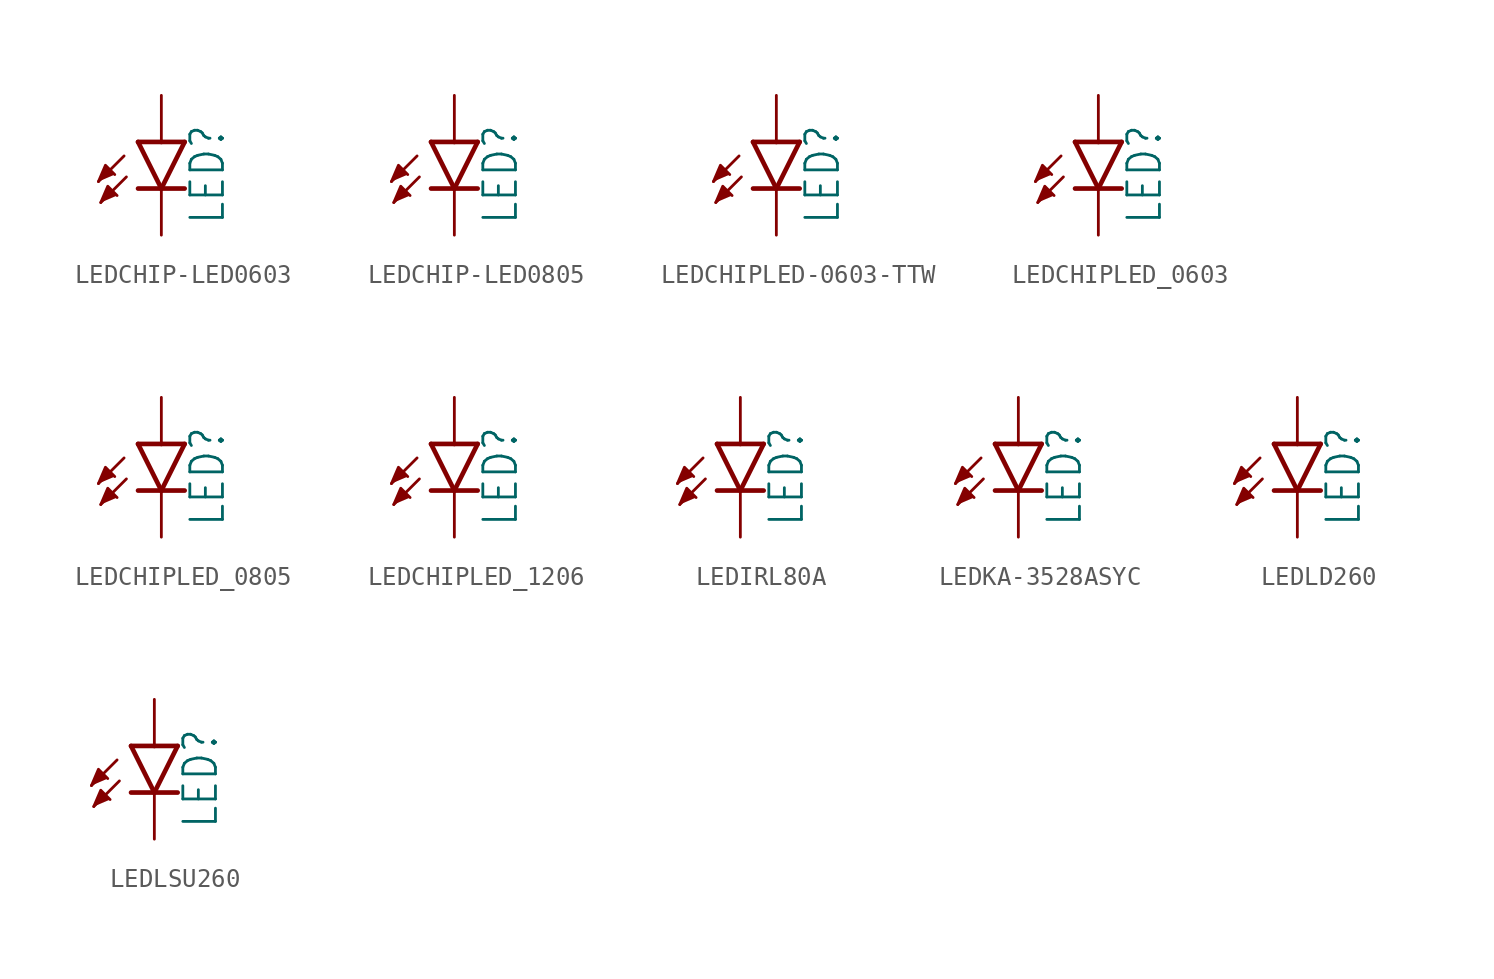
<source format=kicad_sym>
(kicad_symbol_lib
  (version 20241209)
  (generator "kicad_symbol_editor")
  (generator_version "9.0")
  (symbol "LEDCHIP-LED0603"
    (property "Reference" "LED"
      (at 3.556 -4.572 90)
      (effects (font (size 1.778 1.511)) (justify left bottom)))
    (property "Value" ""
      (at 5.715 -4.572 90)
      (effects (font (size 1.778 1.511)) (justify left bottom)))
    (property "ki_locked" ""
      (at 0 0 0)
      (effects (font (size 1.27 1.27))))
    (symbol "LEDCHIP-LED0603_1_0"
      (polyline (pts (xy -3.429 -2.159) (xy -3.048 -1.27) (xy -2.54 -1.778)) (stroke (width 0.152) (type solid)) (fill (type outline)))
      (polyline (pts (xy -3.302 -3.302) (xy -2.921 -2.413) (xy -2.413 -2.921)) (stroke (width 0.152) (type solid)) (fill (type outline)))
      (polyline (pts (xy -2.032 -0.762) (xy -3.429 -2.159)) (stroke (width 0.152) (type solid)) (fill (type none)))
      (polyline (pts (xy -1.905 -1.905) (xy -3.302 -3.302)) (stroke (width 0.152) (type solid)) (fill (type none)))
      (polyline (pts (xy 0 0) (xy -1.27 0)) (stroke (width 0.254) (type solid)) (fill (type none)))
      (polyline (pts (xy 0 -2.54) (xy -1.27 0)) (stroke (width 0.254) (type solid)) (fill (type none)))
      (polyline (pts (xy 0 -2.54) (xy -1.27 -2.54)) (stroke (width 0.254) (type solid)) (fill (type none)))
      (polyline (pts (xy 1.27 0) (xy 0 0)) (stroke (width 0.254) (type solid)) (fill (type none)))
      (polyline (pts (xy 1.27 0) (xy 0 -2.54)) (stroke (width 0.254) (type solid)) (fill (type none)))
      (polyline (pts (xy 1.27 -2.54) (xy 0 -2.54)) (stroke (width 0.254) (type solid)) (fill (type none)))
      (pin passive line (at 0 2.54 270) (length 2.54) (name "A" (effects (font (size 0 0)))) (number "A" (effects (font (size 0 0)))))
      (pin passive line (at 0 -5.08 90) (length 2.54) (name "C" (effects (font (size 0 0)))) (number "C" (effects (font (size 0 0)))))))
  (symbol "LEDCHIP-LED0805"
    (property "Reference" "LED"
      (at 3.556 -4.572 90)
      (effects (font (size 1.778 1.511)) (justify left bottom)))
    (property "Value" ""
      (at 5.715 -4.572 90)
      (effects (font (size 1.778 1.511)) (justify left bottom)))
    (property "ki_locked" ""
      (at 0 0 0)
      (effects (font (size 1.27 1.27))))
    (symbol "LEDCHIP-LED0805_1_0"
      (polyline (pts (xy -3.429 -2.159) (xy -3.048 -1.27) (xy -2.54 -1.778)) (stroke (width 0.152) (type solid)) (fill (type outline)))
      (polyline (pts (xy -3.302 -3.302) (xy -2.921 -2.413) (xy -2.413 -2.921)) (stroke (width 0.152) (type solid)) (fill (type outline)))
      (polyline (pts (xy -2.032 -0.762) (xy -3.429 -2.159)) (stroke (width 0.152) (type solid)) (fill (type none)))
      (polyline (pts (xy -1.905 -1.905) (xy -3.302 -3.302)) (stroke (width 0.152) (type solid)) (fill (type none)))
      (polyline (pts (xy 0 0) (xy -1.27 0)) (stroke (width 0.254) (type solid)) (fill (type none)))
      (polyline (pts (xy 0 -2.54) (xy -1.27 0)) (stroke (width 0.254) (type solid)) (fill (type none)))
      (polyline (pts (xy 0 -2.54) (xy -1.27 -2.54)) (stroke (width 0.254) (type solid)) (fill (type none)))
      (polyline (pts (xy 1.27 0) (xy 0 0)) (stroke (width 0.254) (type solid)) (fill (type none)))
      (polyline (pts (xy 1.27 0) (xy 0 -2.54)) (stroke (width 0.254) (type solid)) (fill (type none)))
      (polyline (pts (xy 1.27 -2.54) (xy 0 -2.54)) (stroke (width 0.254) (type solid)) (fill (type none)))
      (pin passive line (at 0 2.54 270) (length 2.54) (name "A" (effects (font (size 0 0)))) (number "A" (effects (font (size 0 0)))))
      (pin passive line (at 0 -5.08 90) (length 2.54) (name "C" (effects (font (size 0 0)))) (number "C" (effects (font (size 0 0)))))))
  (symbol "LEDCHIPLED-0603-TTW"
    (property "Reference" "LED"
      (at 3.556 -4.572 90)
      (effects (font (size 1.778 1.511)) (justify left bottom)))
    (property "Value" ""
      (at 5.715 -4.572 90)
      (effects (font (size 1.778 1.511)) (justify left bottom)))
    (property "ki_locked" ""
      (at 0 0 0)
      (effects (font (size 1.27 1.27))))
    (symbol "LEDCHIPLED-0603-TTW_1_0"
      (polyline (pts (xy -3.429 -2.159) (xy -3.048 -1.27) (xy -2.54 -1.778)) (stroke (width 0.152) (type solid)) (fill (type outline)))
      (polyline (pts (xy -3.302 -3.302) (xy -2.921 -2.413) (xy -2.413 -2.921)) (stroke (width 0.152) (type solid)) (fill (type outline)))
      (polyline (pts (xy -2.032 -0.762) (xy -3.429 -2.159)) (stroke (width 0.152) (type solid)) (fill (type none)))
      (polyline (pts (xy -1.905 -1.905) (xy -3.302 -3.302)) (stroke (width 0.152) (type solid)) (fill (type none)))
      (polyline (pts (xy 0 0) (xy -1.27 0)) (stroke (width 0.254) (type solid)) (fill (type none)))
      (polyline (pts (xy 0 -2.54) (xy -1.27 0)) (stroke (width 0.254) (type solid)) (fill (type none)))
      (polyline (pts (xy 0 -2.54) (xy -1.27 -2.54)) (stroke (width 0.254) (type solid)) (fill (type none)))
      (polyline (pts (xy 1.27 0) (xy 0 0)) (stroke (width 0.254) (type solid)) (fill (type none)))
      (polyline (pts (xy 1.27 0) (xy 0 -2.54)) (stroke (width 0.254) (type solid)) (fill (type none)))
      (polyline (pts (xy 1.27 -2.54) (xy 0 -2.54)) (stroke (width 0.254) (type solid)) (fill (type none)))
      (pin passive line (at 0 2.54 270) (length 2.54) (name "A" (effects (font (size 0 0)))) (number "A@1" (effects (font (size 0 0)))))
      (pin passive line (at 0 -5.08 90) (length 2.54) (name "C" (effects (font (size 0 0)))) (number "C@1" (effects (font (size 0 0)))))))
  (symbol "LEDCHIPLED_0603"
    (property "Reference" "LED"
      (at 3.556 -4.572 90)
      (effects (font (size 1.778 1.511)) (justify left bottom)))
    (property "Value" ""
      (at 5.715 -4.572 90)
      (effects (font (size 1.778 1.511)) (justify left bottom)))
    (property "ki_locked" ""
      (at 0 0 0)
      (effects (font (size 1.27 1.27))))
    (symbol "LEDCHIPLED_0603_1_0"
      (polyline (pts (xy -3.429 -2.159) (xy -3.048 -1.27) (xy -2.54 -1.778)) (stroke (width 0.152) (type solid)) (fill (type outline)))
      (polyline (pts (xy -3.302 -3.302) (xy -2.921 -2.413) (xy -2.413 -2.921)) (stroke (width 0.152) (type solid)) (fill (type outline)))
      (polyline (pts (xy -2.032 -0.762) (xy -3.429 -2.159)) (stroke (width 0.152) (type solid)) (fill (type none)))
      (polyline (pts (xy -1.905 -1.905) (xy -3.302 -3.302)) (stroke (width 0.152) (type solid)) (fill (type none)))
      (polyline (pts (xy 0 0) (xy -1.27 0)) (stroke (width 0.254) (type solid)) (fill (type none)))
      (polyline (pts (xy 0 -2.54) (xy -1.27 0)) (stroke (width 0.254) (type solid)) (fill (type none)))
      (polyline (pts (xy 0 -2.54) (xy -1.27 -2.54)) (stroke (width 0.254) (type solid)) (fill (type none)))
      (polyline (pts (xy 1.27 0) (xy 0 0)) (stroke (width 0.254) (type solid)) (fill (type none)))
      (polyline (pts (xy 1.27 0) (xy 0 -2.54)) (stroke (width 0.254) (type solid)) (fill (type none)))
      (polyline (pts (xy 1.27 -2.54) (xy 0 -2.54)) (stroke (width 0.254) (type solid)) (fill (type none)))
      (pin passive line (at 0 2.54 270) (length 2.54) (name "A" (effects (font (size 0 0)))) (number "A" (effects (font (size 0 0)))))
      (pin passive line (at 0 -5.08 90) (length 2.54) (name "C" (effects (font (size 0 0)))) (number "C" (effects (font (size 0 0)))))))
  (symbol "LEDCHIPLED_0805"
    (property "Reference" "LED"
      (at 3.556 -4.572 90)
      (effects (font (size 1.778 1.511)) (justify left bottom)))
    (property "Value" ""
      (at 5.715 -4.572 90)
      (effects (font (size 1.778 1.511)) (justify left bottom)))
    (property "ki_locked" ""
      (at 0 0 0)
      (effects (font (size 1.27 1.27))))
    (symbol "LEDCHIPLED_0805_1_0"
      (polyline (pts (xy -3.429 -2.159) (xy -3.048 -1.27) (xy -2.54 -1.778)) (stroke (width 0.152) (type solid)) (fill (type outline)))
      (polyline (pts (xy -3.302 -3.302) (xy -2.921 -2.413) (xy -2.413 -2.921)) (stroke (width 0.152) (type solid)) (fill (type outline)))
      (polyline (pts (xy -2.032 -0.762) (xy -3.429 -2.159)) (stroke (width 0.152) (type solid)) (fill (type none)))
      (polyline (pts (xy -1.905 -1.905) (xy -3.302 -3.302)) (stroke (width 0.152) (type solid)) (fill (type none)))
      (polyline (pts (xy 0 0) (xy -1.27 0)) (stroke (width 0.254) (type solid)) (fill (type none)))
      (polyline (pts (xy 0 -2.54) (xy -1.27 0)) (stroke (width 0.254) (type solid)) (fill (type none)))
      (polyline (pts (xy 0 -2.54) (xy -1.27 -2.54)) (stroke (width 0.254) (type solid)) (fill (type none)))
      (polyline (pts (xy 1.27 0) (xy 0 0)) (stroke (width 0.254) (type solid)) (fill (type none)))
      (polyline (pts (xy 1.27 0) (xy 0 -2.54)) (stroke (width 0.254) (type solid)) (fill (type none)))
      (polyline (pts (xy 1.27 -2.54) (xy 0 -2.54)) (stroke (width 0.254) (type solid)) (fill (type none)))
      (pin passive line (at 0 2.54 270) (length 2.54) (name "A" (effects (font (size 0 0)))) (number "A" (effects (font (size 0 0)))))
      (pin passive line (at 0 -5.08 90) (length 2.54) (name "C" (effects (font (size 0 0)))) (number "C" (effects (font (size 0 0)))))))
  (symbol "LEDCHIPLED_1206"
    (property "Reference" "LED"
      (at 3.556 -4.572 90)
      (effects (font (size 1.778 1.511)) (justify left bottom)))
    (property "Value" ""
      (at 5.715 -4.572 90)
      (effects (font (size 1.778 1.511)) (justify left bottom)))
    (property "ki_locked" ""
      (at 0 0 0)
      (effects (font (size 1.27 1.27))))
    (symbol "LEDCHIPLED_1206_1_0"
      (polyline (pts (xy -3.429 -2.159) (xy -3.048 -1.27) (xy -2.54 -1.778)) (stroke (width 0.152) (type solid)) (fill (type outline)))
      (polyline (pts (xy -3.302 -3.302) (xy -2.921 -2.413) (xy -2.413 -2.921)) (stroke (width 0.152) (type solid)) (fill (type outline)))
      (polyline (pts (xy -2.032 -0.762) (xy -3.429 -2.159)) (stroke (width 0.152) (type solid)) (fill (type none)))
      (polyline (pts (xy -1.905 -1.905) (xy -3.302 -3.302)) (stroke (width 0.152) (type solid)) (fill (type none)))
      (polyline (pts (xy 0 0) (xy -1.27 0)) (stroke (width 0.254) (type solid)) (fill (type none)))
      (polyline (pts (xy 0 -2.54) (xy -1.27 0)) (stroke (width 0.254) (type solid)) (fill (type none)))
      (polyline (pts (xy 0 -2.54) (xy -1.27 -2.54)) (stroke (width 0.254) (type solid)) (fill (type none)))
      (polyline (pts (xy 1.27 0) (xy 0 0)) (stroke (width 0.254) (type solid)) (fill (type none)))
      (polyline (pts (xy 1.27 0) (xy 0 -2.54)) (stroke (width 0.254) (type solid)) (fill (type none)))
      (polyline (pts (xy 1.27 -2.54) (xy 0 -2.54)) (stroke (width 0.254) (type solid)) (fill (type none)))
      (pin passive line (at 0 2.54 270) (length 2.54) (name "A" (effects (font (size 0 0)))) (number "A" (effects (font (size 0 0)))))
      (pin passive line (at 0 -5.08 90) (length 2.54) (name "C" (effects (font (size 0 0)))) (number "C" (effects (font (size 0 0)))))))
  (symbol "LEDIRL80A"
    (property "Reference" "LED"
      (at 3.556 -4.572 90)
      (effects (font (size 1.778 1.511)) (justify left bottom)))
    (property "Value" ""
      (at 5.715 -4.572 90)
      (effects (font (size 1.778 1.511)) (justify left bottom)))
    (property "ki_locked" ""
      (at 0 0 0)
      (effects (font (size 1.27 1.27))))
    (symbol "LEDIRL80A_1_0"
      (polyline (pts (xy -3.429 -2.159) (xy -3.048 -1.27) (xy -2.54 -1.778)) (stroke (width 0.152) (type solid)) (fill (type outline)))
      (polyline (pts (xy -3.302 -3.302) (xy -2.921 -2.413) (xy -2.413 -2.921)) (stroke (width 0.152) (type solid)) (fill (type outline)))
      (polyline (pts (xy -2.032 -0.762) (xy -3.429 -2.159)) (stroke (width 0.152) (type solid)) (fill (type none)))
      (polyline (pts (xy -1.905 -1.905) (xy -3.302 -3.302)) (stroke (width 0.152) (type solid)) (fill (type none)))
      (polyline (pts (xy 0 0) (xy -1.27 0)) (stroke (width 0.254) (type solid)) (fill (type none)))
      (polyline (pts (xy 0 -2.54) (xy -1.27 0)) (stroke (width 0.254) (type solid)) (fill (type none)))
      (polyline (pts (xy 0 -2.54) (xy -1.27 -2.54)) (stroke (width 0.254) (type solid)) (fill (type none)))
      (polyline (pts (xy 1.27 0) (xy 0 0)) (stroke (width 0.254) (type solid)) (fill (type none)))
      (polyline (pts (xy 1.27 0) (xy 0 -2.54)) (stroke (width 0.254) (type solid)) (fill (type none)))
      (polyline (pts (xy 1.27 -2.54) (xy 0 -2.54)) (stroke (width 0.254) (type solid)) (fill (type none)))
      (pin passive line (at 0 2.54 270) (length 2.54) (name "A" (effects (font (size 0 0)))) (number "A" (effects (font (size 0 0)))))
      (pin passive line (at 0 -5.08 90) (length 2.54) (name "C" (effects (font (size 0 0)))) (number "K" (effects (font (size 0 0)))))))
  (symbol "LEDKA-3528ASYC"
    (property "Reference" "LED"
      (at 3.556 -4.572 90)
      (effects (font (size 1.778 1.511)) (justify left bottom)))
    (property "Value" ""
      (at 5.715 -4.572 90)
      (effects (font (size 1.778 1.511)) (justify left bottom)))
    (property "ki_locked" ""
      (at 0 0 0)
      (effects (font (size 1.27 1.27))))
    (symbol "LEDKA-3528ASYC_1_0"
      (polyline (pts (xy -3.429 -2.159) (xy -3.048 -1.27) (xy -2.54 -1.778)) (stroke (width 0.152) (type solid)) (fill (type outline)))
      (polyline (pts (xy -3.302 -3.302) (xy -2.921 -2.413) (xy -2.413 -2.921)) (stroke (width 0.152) (type solid)) (fill (type outline)))
      (polyline (pts (xy -2.032 -0.762) (xy -3.429 -2.159)) (stroke (width 0.152) (type solid)) (fill (type none)))
      (polyline (pts (xy -1.905 -1.905) (xy -3.302 -3.302)) (stroke (width 0.152) (type solid)) (fill (type none)))
      (polyline (pts (xy 0 0) (xy -1.27 0)) (stroke (width 0.254) (type solid)) (fill (type none)))
      (polyline (pts (xy 0 -2.54) (xy -1.27 0)) (stroke (width 0.254) (type solid)) (fill (type none)))
      (polyline (pts (xy 0 -2.54) (xy -1.27 -2.54)) (stroke (width 0.254) (type solid)) (fill (type none)))
      (polyline (pts (xy 1.27 0) (xy 0 0)) (stroke (width 0.254) (type solid)) (fill (type none)))
      (polyline (pts (xy 1.27 0) (xy 0 -2.54)) (stroke (width 0.254) (type solid)) (fill (type none)))
      (polyline (pts (xy 1.27 -2.54) (xy 0 -2.54)) (stroke (width 0.254) (type solid)) (fill (type none)))
      (pin passive line (at 0 2.54 270) (length 2.54) (name "A" (effects (font (size 0 0)))) (number "A" (effects (font (size 0 0)))))
      (pin passive line (at 0 -5.08 90) (length 2.54) (name "C" (effects (font (size 0 0)))) (number "C" (effects (font (size 0 0)))))))
  (symbol "LEDLD260"
    (property "Reference" "LED"
      (at 3.556 -4.572 90)
      (effects (font (size 1.778 1.511)) (justify left bottom)))
    (property "Value" ""
      (at 5.715 -4.572 90)
      (effects (font (size 1.778 1.511)) (justify left bottom)))
    (property "ki_locked" ""
      (at 0 0 0)
      (effects (font (size 1.27 1.27))))
    (symbol "LEDLD260_1_0"
      (polyline (pts (xy -3.429 -2.159) (xy -3.048 -1.27) (xy -2.54 -1.778)) (stroke (width 0.152) (type solid)) (fill (type outline)))
      (polyline (pts (xy -3.302 -3.302) (xy -2.921 -2.413) (xy -2.413 -2.921)) (stroke (width 0.152) (type solid)) (fill (type outline)))
      (polyline (pts (xy -2.032 -0.762) (xy -3.429 -2.159)) (stroke (width 0.152) (type solid)) (fill (type none)))
      (polyline (pts (xy -1.905 -1.905) (xy -3.302 -3.302)) (stroke (width 0.152) (type solid)) (fill (type none)))
      (polyline (pts (xy 0 0) (xy -1.27 0)) (stroke (width 0.254) (type solid)) (fill (type none)))
      (polyline (pts (xy 0 -2.54) (xy -1.27 0)) (stroke (width 0.254) (type solid)) (fill (type none)))
      (polyline (pts (xy 0 -2.54) (xy -1.27 -2.54)) (stroke (width 0.254) (type solid)) (fill (type none)))
      (polyline (pts (xy 1.27 0) (xy 0 0)) (stroke (width 0.254) (type solid)) (fill (type none)))
      (polyline (pts (xy 1.27 0) (xy 0 -2.54)) (stroke (width 0.254) (type solid)) (fill (type none)))
      (polyline (pts (xy 1.27 -2.54) (xy 0 -2.54)) (stroke (width 0.254) (type solid)) (fill (type none)))
      (pin passive line (at 0 2.54 270) (length 2.54) (name "A" (effects (font (size 0 0)))) (number "A" (effects (font (size 0 0)))))
      (pin passive line (at 0 -5.08 90) (length 2.54) (name "C" (effects (font (size 0 0)))) (number "K" (effects (font (size 0 0)))))))
  (symbol "LEDLSU260"
    (property "Reference" "LED"
      (at 3.556 -4.572 90)
      (effects (font (size 1.778 1.511)) (justify left bottom)))
    (property "Value" ""
      (at 5.715 -4.572 90)
      (effects (font (size 1.778 1.511)) (justify left bottom)))
    (property "ki_locked" ""
      (at 0 0 0)
      (effects (font (size 1.27 1.27))))
    (symbol "LEDLSU260_1_0"
      (polyline (pts (xy -3.429 -2.159) (xy -3.048 -1.27) (xy -2.54 -1.778)) (stroke (width 0.152) (type solid)) (fill (type outline)))
      (polyline (pts (xy -3.302 -3.302) (xy -2.921 -2.413) (xy -2.413 -2.921)) (stroke (width 0.152) (type solid)) (fill (type outline)))
      (polyline (pts (xy -2.032 -0.762) (xy -3.429 -2.159)) (stroke (width 0.152) (type solid)) (fill (type none)))
      (polyline (pts (xy -1.905 -1.905) (xy -3.302 -3.302)) (stroke (width 0.152) (type solid)) (fill (type none)))
      (polyline (pts (xy 0 0) (xy -1.27 0)) (stroke (width 0.254) (type solid)) (fill (type none)))
      (polyline (pts (xy 0 -2.54) (xy -1.27 0)) (stroke (width 0.254) (type solid)) (fill (type none)))
      (polyline (pts (xy 0 -2.54) (xy -1.27 -2.54)) (stroke (width 0.254) (type solid)) (fill (type none)))
      (polyline (pts (xy 1.27 0) (xy 0 0)) (stroke (width 0.254) (type solid)) (fill (type none)))
      (polyline (pts (xy 1.27 0) (xy 0 -2.54)) (stroke (width 0.254) (type solid)) (fill (type none)))
      (polyline (pts (xy 1.27 -2.54) (xy 0 -2.54)) (stroke (width 0.254) (type solid)) (fill (type none)))
      (pin passive line (at 0 2.54 270) (length 2.54) (name "A" (effects (font (size 0 0)))) (number "A" (effects (font (size 0 0)))))
      (pin passive line (at 0 -5.08 90) (length 2.54) (name "C" (effects (font (size 0 0)))) (number "K" (effects (font (size 0 0))))))))
</source>
